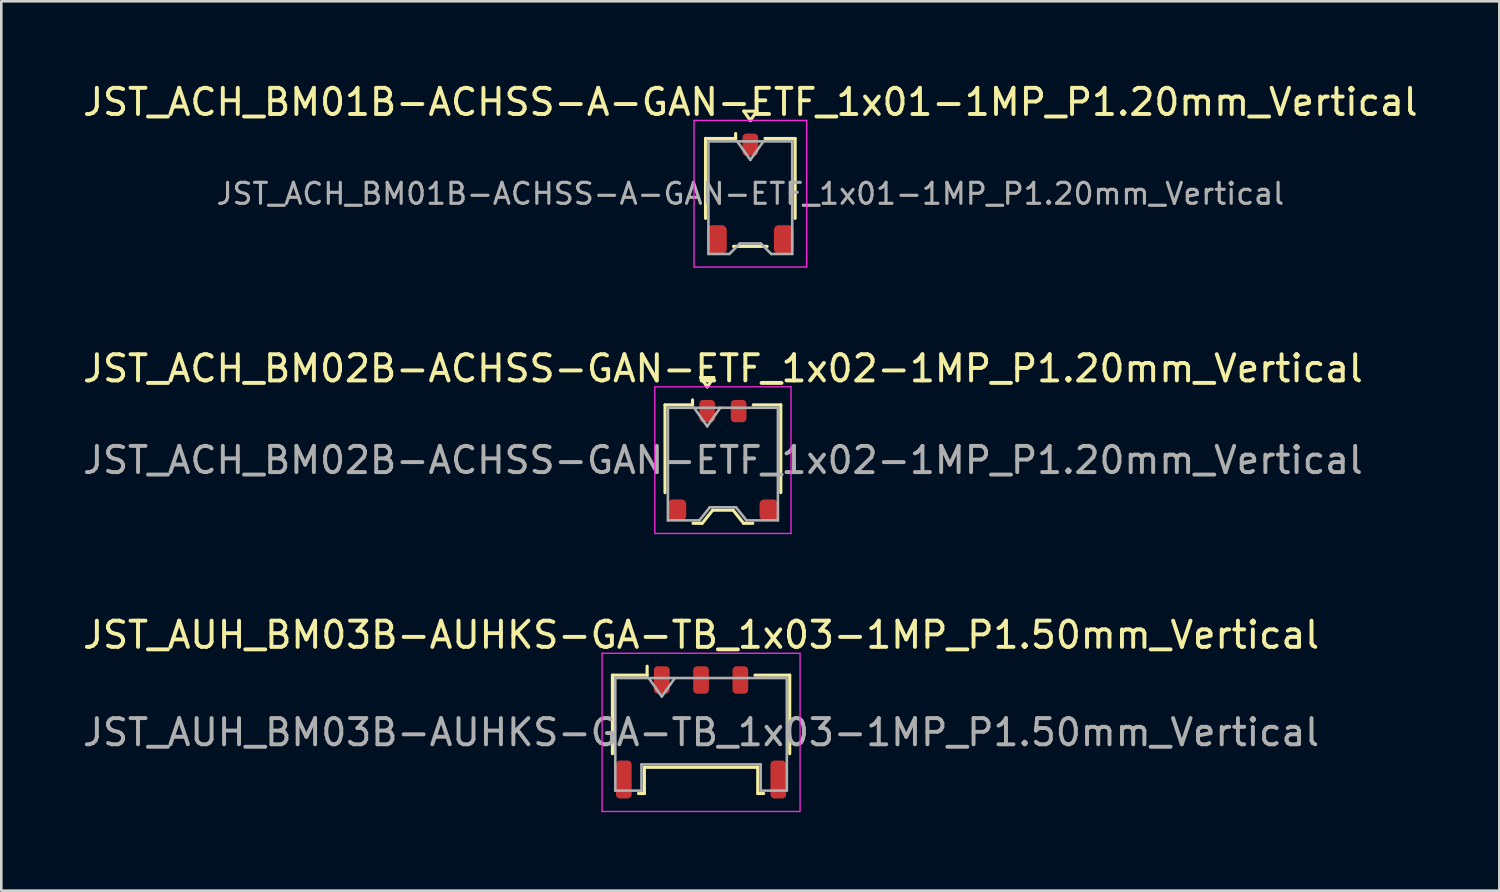
<source format=kicad_pcb>
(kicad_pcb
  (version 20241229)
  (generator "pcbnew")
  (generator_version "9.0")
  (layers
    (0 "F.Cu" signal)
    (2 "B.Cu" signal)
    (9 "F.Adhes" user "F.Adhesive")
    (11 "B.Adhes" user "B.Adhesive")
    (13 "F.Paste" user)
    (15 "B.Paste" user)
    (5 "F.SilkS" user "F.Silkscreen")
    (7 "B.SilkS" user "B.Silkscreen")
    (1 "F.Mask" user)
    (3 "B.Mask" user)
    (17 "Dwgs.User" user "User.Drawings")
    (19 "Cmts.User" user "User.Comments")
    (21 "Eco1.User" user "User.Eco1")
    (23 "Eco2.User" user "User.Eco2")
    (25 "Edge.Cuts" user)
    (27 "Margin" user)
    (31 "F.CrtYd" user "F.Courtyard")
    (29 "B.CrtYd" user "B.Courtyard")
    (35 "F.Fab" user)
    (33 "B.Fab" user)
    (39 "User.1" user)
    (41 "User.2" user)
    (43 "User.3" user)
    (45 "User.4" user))
  (footprint "JST_AUH_BM03B-AUHKS-GA-TB_1x03-1MP_P1.50mm_Vertical"
    (layer "F.Cu")
    (at 23.72 24.915)
    (property "Reference" "JST_AUH_BM03B-AUHKS-GA-TB_1x03-1MP_P1.50mm_Vertical" (at 0 -3.72 0) (layer "F.SilkS") (effects (font (size 1 1) (thickness 0.15))))
    (attr smd)
    (fp_line (start -3.385 -2.185) (end -2.06 -2.185) (stroke (width 0.12) (type solid)) (layer "F.SilkS"))
    (fp_line (start -3.385 0.815) (end -3.385 -2.185) (stroke (width 0.12) (type solid)) (layer "F.SilkS"))
    (fp_line (start -2.39 2.335) (end -2.165 2.335) (stroke (width 0.12) (type solid)) (layer "F.SilkS"))
    (fp_line (start -2.165 1.335) (end 2.165 1.335) (stroke (width 0.12) (type solid)) (layer "F.SilkS"))
    (fp_line (start -2.165 2.335) (end -2.165 1.335) (stroke (width 0.12) (type solid)) (layer "F.SilkS"))
    (fp_line (start -2.06 -2.185) (end -2.06 -2.525) (stroke (width 0.12) (type solid)) (layer "F.SilkS"))
    (fp_line (start 2.165 1.335) (end 2.165 2.335) (stroke (width 0.12) (type solid)) (layer "F.SilkS"))
    (fp_line (start 2.165 2.335) (end 2.39 2.335) (stroke (width 0.12) (type solid)) (layer "F.SilkS"))
    (fp_line (start 3.385 -2.185) (end 2.06 -2.185) (stroke (width 0.12) (type solid)) (layer "F.SilkS"))
    (fp_line (start 3.385 0.815) (end 3.385 -2.185) (stroke (width 0.12) (type solid)) (layer "F.SilkS"))
    (fp_line (start -3.78 -3.02) (end -3.78 3.02) (stroke (width 0.05) (type solid)) (layer "F.CrtYd"))
    (fp_line (start -3.78 3.02) (end 3.78 3.02) (stroke (width 0.05) (type solid)) (layer "F.CrtYd"))
    (fp_line (start 3.78 -3.02) (end -3.78 -3.02) (stroke (width 0.05) (type solid)) (layer "F.CrtYd"))
    (fp_line (start 3.78 3.02) (end 3.78 -3.02) (stroke (width 0.05) (type solid)) (layer "F.CrtYd"))
    (fp_line (start -3.275 -2.075) (end -3.275 2.225) (stroke (width 0.1) (type solid)) (layer "F.Fab"))
    (fp_line (start -3.275 -2.075) (end 3.275 -2.075) (stroke (width 0.1) (type solid)) (layer "F.Fab"))
    (fp_line (start -3.275 2.225) (end -2.275 2.225) (stroke (width 0.1) (type solid)) (layer "F.Fab"))
    (fp_line (start -2.275 1.225) (end 2.275 1.225) (stroke (width 0.1) (type solid)) (layer "F.Fab"))
    (fp_line (start -2.275 2.225) (end -2.275 1.225) (stroke (width 0.1) (type solid)) (layer "F.Fab"))
    (fp_line (start -2 -2.075) (end -1.5 -1.368) (stroke (width 0.1) (type solid)) (layer "F.Fab"))
    (fp_line (start -1.5 -1.368) (end -1 -2.075) (stroke (width 0.1) (type solid)) (layer "F.Fab"))
    (fp_line (start 2.275 1.225) (end 2.275 2.225) (stroke (width 0.1) (type solid)) (layer "F.Fab"))
    (fp_line (start 2.275 2.225) (end 3.275 2.225) (stroke (width 0.1) (type solid)) (layer "F.Fab"))
    (fp_line (start 3.275 -2.075) (end 3.275 2.225) (stroke (width 0.1) (type solid)) (layer "F.Fab"))
    (fp_text user "${REFERENCE}" (at 0 0 0) (layer "F.Fab") (effects (font (size 1 1) (thickness 0.15))))
    (pad "1" smd roundrect (at -1.5 -2) (size 0.6 1.05) (layers "F.Cu" "F.Mask" "F.Paste") (roundrect_rratio 0.25))
    (pad "2" smd roundrect (at 0 -2) (size 0.6 1.05) (layers "F.Cu" "F.Mask" "F.Paste") (roundrect_rratio 0.25))
    (pad "3" smd roundrect (at 1.5 -2) (size 0.6 1.05) (layers "F.Cu" "F.Mask" "F.Paste") (roundrect_rratio 0.25))
    (pad "MP" smd roundrect (at -2.95 1.8) (size 0.6 1.45) (layers "F.Cu" "F.Mask" "F.Paste") (roundrect_rratio 0.25))
    (pad "MP" smd roundrect (at 2.95 1.8) (size 0.6 1.45) (layers "F.Cu" "F.Mask" "F.Paste") (roundrect_rratio 0.25)))
  (footprint "JST_ACH_BM02B-ACHSS-GAN-ETF_1x02-1MP_P1.20mm_Vertical"
    (layer "F.Cu")
    (at 24.554 14.521)
    (property "Reference" "JST_ACH_BM02B-ACHSS-GAN-ETF_1x02-1MP_P1.20mm_Vertical" (at 0 -3.5 0) (layer "F.SilkS") (effects (font (size 1 1) (thickness 0.15))))
    (attr smd)
    (fp_line (start -2.21 -2.11) (end -1.16 -2.11) (stroke (width 0.12) (type solid)) (layer "F.SilkS"))
    (fp_line (start -2.21 1.24) (end -2.21 -2.11) (stroke (width 0.12) (type solid)) (layer "F.SilkS"))
    (fp_line (start -1.16 -2.11) (end -1.16 -2.3) (stroke (width 0.12) (type solid)) (layer "F.SilkS"))
    (fp_line (start -1.14 2.41) (end -0.79 2.41) (stroke (width 0.12) (type solid)) (layer "F.SilkS"))
    (fp_line (start -0.85 -3.154) (end -0.6 -2.8) (stroke (width 0.12) (type solid)) (layer "F.SilkS"))
    (fp_line (start -0.79 2.41) (end -0.39 1.91) (stroke (width 0.12) (type solid)) (layer "F.SilkS"))
    (fp_line (start -0.6 -2.8) (end -0.35 -3.154) (stroke (width 0.12) (type solid)) (layer "F.SilkS"))
    (fp_line (start -0.39 1.91) (end 0.39 1.91) (stroke (width 0.12) (type solid)) (layer "F.SilkS"))
    (fp_line (start -0.35 -3.154) (end -0.85 -3.154) (stroke (width 0.12) (type solid)) (layer "F.SilkS"))
    (fp_line (start 0.39 1.91) (end 0.79 2.41) (stroke (width 0.12) (type solid)) (layer "F.SilkS"))
    (fp_line (start 0.79 2.41) (end 1.14 2.41) (stroke (width 0.12) (type solid)) (layer "F.SilkS"))
    (fp_line (start 2.21 -2.11) (end 1.16 -2.11) (stroke (width 0.12) (type solid)) (layer "F.SilkS"))
    (fp_line (start 2.21 1.24) (end 2.21 -2.11) (stroke (width 0.12) (type solid)) (layer "F.SilkS"))
    (fp_line (start -2.6 -2.8) (end -2.6 2.8) (stroke (width 0.05) (type solid)) (layer "F.CrtYd"))
    (fp_line (start -2.6 2.8) (end 2.6 2.8) (stroke (width 0.05) (type solid)) (layer "F.CrtYd"))
    (fp_line (start 2.6 -2.8) (end -2.6 -2.8) (stroke (width 0.05) (type solid)) (layer "F.CrtYd"))
    (fp_line (start 2.6 2.8) (end 2.6 -2.8) (stroke (width 0.05) (type solid)) (layer "F.CrtYd"))
    (fp_line (start -2.1 -2) (end -2.1 2.3) (stroke (width 0.1) (type solid)) (layer "F.Fab"))
    (fp_line (start -2.1 -2) (end 2.1 -2) (stroke (width 0.1) (type solid)) (layer "F.Fab"))
    (fp_line (start -2.1 2.3) (end -0.9 2.3) (stroke (width 0.1) (type solid)) (layer "F.Fab"))
    (fp_line (start -1.1 -2) (end -0.6 -1.293) (stroke (width 0.1) (type solid)) (layer "F.Fab"))
    (fp_line (start -0.9 2.3) (end -0.5 1.8) (stroke (width 0.1) (type solid)) (layer "F.Fab"))
    (fp_line (start -0.6 -1.293) (end -0.1 -2) (stroke (width 0.1) (type solid)) (layer "F.Fab"))
    (fp_line (start -0.5 1.8) (end 0.5 1.8) (stroke (width 0.1) (type solid)) (layer "F.Fab"))
    (fp_line (start 0.5 1.8) (end 0.9 2.3) (stroke (width 0.1) (type solid)) (layer "F.Fab"))
    (fp_line (start 0.9 2.3) (end 2.1 2.3) (stroke (width 0.1) (type solid)) (layer "F.Fab"))
    (fp_line (start 2.1 -2) (end 2.1 2.3) (stroke (width 0.1) (type solid)) (layer "F.Fab"))
    (fp_text user "${REFERENCE}" (at 0 0 0) (layer "F.Fab") (effects (font (size 1 1) (thickness 0.15))))
    (pad "1" smd roundrect (at -0.6 -1.875) (size 0.6 0.85) (layers "F.Cu" "F.Mask" "F.Paste") (roundrect_rratio 0.25))
    (pad "2" smd roundrect (at 0.6 -1.875) (size 0.6 0.85) (layers "F.Cu" "F.Mask" "F.Paste") (roundrect_rratio 0.25))
    (pad "MP" smd roundrect (at -1.75 1.9) (size 0.7 0.8) (layers "F.Cu" "F.Mask" "F.Paste") (roundrect_rratio 0.25))
    (pad "MP" smd roundrect (at 1.75 1.9) (size 0.7 0.8) (layers "F.Cu" "F.Mask" "F.Paste") (roundrect_rratio 0.25)))
  (footprint "JST_ACH_BM01B-ACHSS-A-GAN-ETF_1x01-1MP_P1.20mm_Vertical"
    (layer "F.Cu")
    (at 25.601 4.348)
    (property "Reference" "JST_ACH_BM01B-ACHSS-A-GAN-ETF_1x01-1MP_P1.20mm_Vertical" (at 0 -3.5 0) (layer "F.SilkS") (effects (font (size 1 1) (thickness 0.15))))
    (attr smd)
    (fp_line (start -1.71 -2.11) (end -0.56 -2.11) (stroke (width 0.12) (type solid)) (layer "F.SilkS"))
    (fp_line (start -1.71 0.94) (end -1.71 -2.11) (stroke (width 0.12) (type solid)) (layer "F.SilkS"))
    (fp_line (start -0.64 2.01) (end 0.64 2.01) (stroke (width 0.12) (type solid)) (layer "F.SilkS"))
    (fp_line (start -0.56 -2.11) (end -0.56 -2.3) (stroke (width 0.12) (type solid)) (layer "F.SilkS"))
    (fp_line (start -0.25 -3.154) (end 0 -2.8) (stroke (width 0.12) (type solid)) (layer "F.SilkS"))
    (fp_line (start 0 -2.8) (end 0.25 -3.154) (stroke (width 0.12) (type solid)) (layer "F.SilkS"))
    (fp_line (start 0.25 -3.154) (end -0.25 -3.154) (stroke (width 0.12) (type solid)) (layer "F.SilkS"))
    (fp_line (start 1.71 -2.11) (end 0.56 -2.11) (stroke (width 0.12) (type solid)) (layer "F.SilkS"))
    (fp_line (start 1.71 0.94) (end 1.71 -2.11) (stroke (width 0.12) (type solid)) (layer "F.SilkS"))
    (fp_line (start -2.15 -2.8) (end -2.15 2.8) (stroke (width 0.05) (type solid)) (layer "F.CrtYd"))
    (fp_line (start -2.15 2.8) (end 2.15 2.8) (stroke (width 0.05) (type solid)) (layer "F.CrtYd"))
    (fp_line (start 2.15 -2.8) (end -2.15 -2.8) (stroke (width 0.05) (type solid)) (layer "F.CrtYd"))
    (fp_line (start 2.15 2.8) (end 2.15 -2.8) (stroke (width 0.05) (type solid)) (layer "F.CrtYd"))
    (fp_line (start -1.6 -2) (end -1.6 2.3) (stroke (width 0.1) (type solid)) (layer "F.Fab"))
    (fp_line (start -1.6 -2) (end 1.6 -2) (stroke (width 0.1) (type solid)) (layer "F.Fab"))
    (fp_line (start -1.6 2.3) (end -0.8 2.3) (stroke (width 0.1) (type solid)) (layer "F.Fab"))
    (fp_line (start -0.8 2.3) (end -0.4 1.9) (stroke (width 0.1) (type solid)) (layer "F.Fab"))
    (fp_line (start -0.5 -2) (end 0 -1.293) (stroke (width 0.1) (type solid)) (layer "F.Fab"))
    (fp_line (start -0.4 1.9) (end 0.4 1.9) (stroke (width 0.1) (type solid)) (layer "F.Fab"))
    (fp_line (start 0 -1.293) (end 0.5 -2) (stroke (width 0.1) (type solid)) (layer "F.Fab"))
    (fp_line (start 0.4 1.9) (end 0.8 2.3) (stroke (width 0.1) (type solid)) (layer "F.Fab"))
    (fp_line (start 0.8 2.3) (end 1.6 2.3) (stroke (width 0.1) (type solid)) (layer "F.Fab"))
    (fp_line (start 1.6 -2) (end 1.6 2.3) (stroke (width 0.1) (type solid)) (layer "F.Fab"))
    (fp_text user "${REFERENCE}" (at 0 0 0) (layer "F.Fab") (effects (font (size 0.8 0.8) (thickness 0.12))))
    (pad "1" smd roundrect (at 0 -1.875) (size 0.6 0.85) (layers "F.Cu" "F.Mask" "F.Paste") (roundrect_rratio 0.25))
    (pad "MP" smd roundrect (at -1.275 1.75) (size 0.75 1.1) (layers "F.Cu" "F.Mask" "F.Paste") (roundrect_rratio 0.25))
    (pad "MP" smd roundrect (at 1.275 1.75) (size 0.75 1.1) (layers "F.Cu" "F.Mask" "F.Paste") (roundrect_rratio 0.25)))
  (gr_rect
    (start -3 -3)
    (end 54.202 30.96)
    (stroke (width 0.1) (type default))
    (fill no)
    (layer "Edge.Cuts")))
</source>
